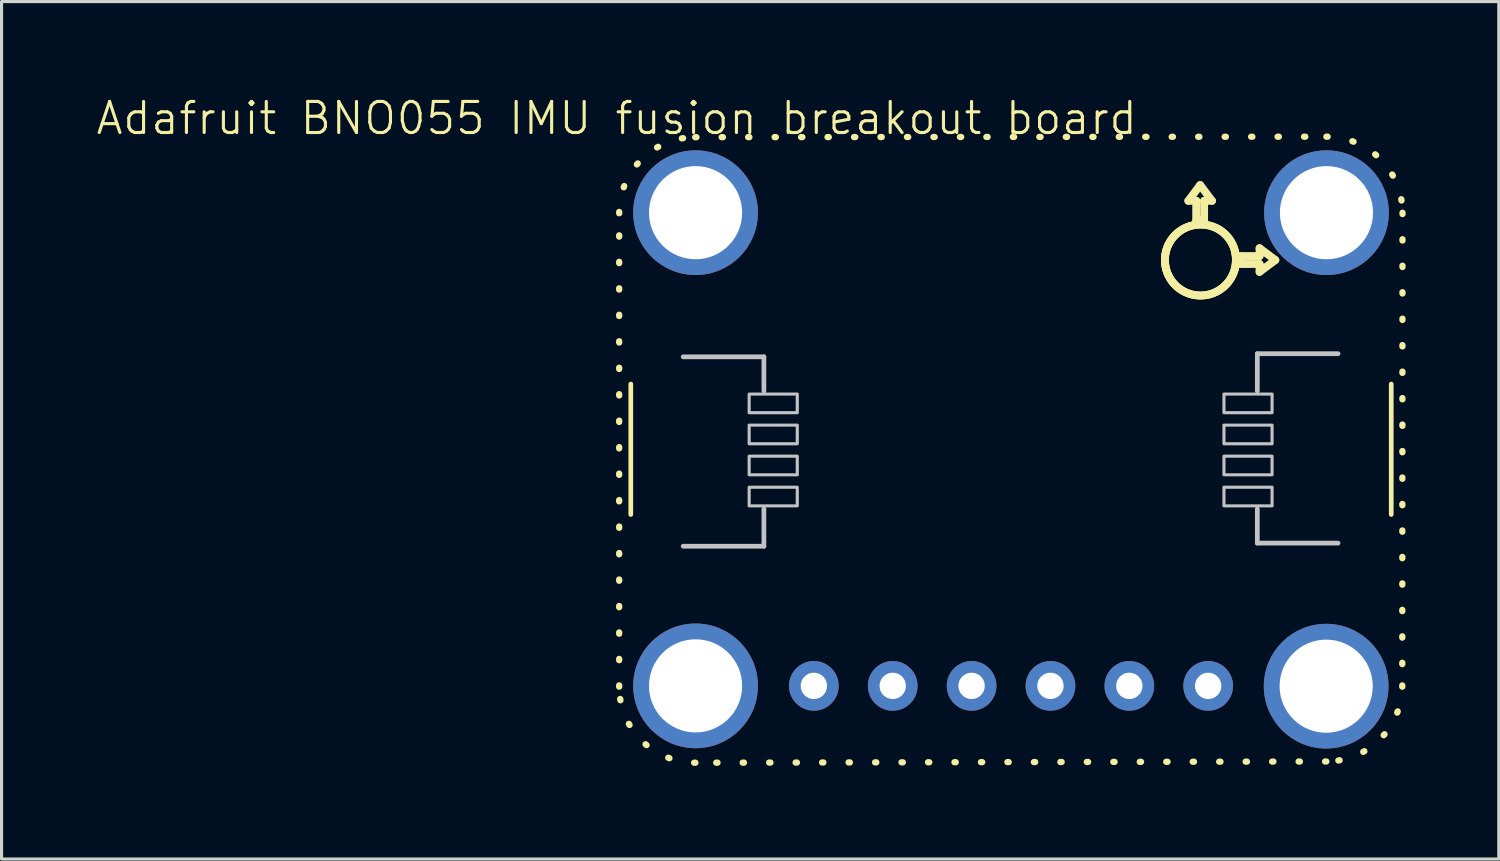
<source format=kicad_pcb>
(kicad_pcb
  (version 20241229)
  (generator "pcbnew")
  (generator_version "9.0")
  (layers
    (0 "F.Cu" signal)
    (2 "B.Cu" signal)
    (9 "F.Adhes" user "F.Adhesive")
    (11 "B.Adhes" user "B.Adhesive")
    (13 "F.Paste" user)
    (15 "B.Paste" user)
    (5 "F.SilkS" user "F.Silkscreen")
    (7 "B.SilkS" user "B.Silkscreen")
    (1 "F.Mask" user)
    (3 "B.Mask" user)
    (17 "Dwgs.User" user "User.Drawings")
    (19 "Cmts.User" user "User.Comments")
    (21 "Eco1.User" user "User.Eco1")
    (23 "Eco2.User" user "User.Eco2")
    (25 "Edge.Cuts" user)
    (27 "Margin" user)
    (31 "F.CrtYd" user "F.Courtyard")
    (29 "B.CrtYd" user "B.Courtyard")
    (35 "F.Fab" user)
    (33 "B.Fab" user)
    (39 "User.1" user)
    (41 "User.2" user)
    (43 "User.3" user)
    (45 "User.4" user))
  (footprint "Adafruit BNO055 IMU fusion breakout board"
    (layer "F.Cu")
    (at 16.812 1.26)
    (property "Reference" "Adafruit BNO055 IMU fusion breakout board" (at 0 -0.5 0) (unlocked yes) (layer "F.SilkS") (effects (font (size 1 1) (thickness 0.1))))
    (attr through_hole exclude_from_pos_files exclude_from_bom)
    (fp_line (start 0.08 17.805) (end 0.08 2.558) (stroke (width 0.203) (type dot)) (layer "F.SilkS"))
    (fp_line (start 0.454 8.06) (end 0.454 12.26) (stroke (width 0.152) (type solid)) (layer "F.SilkS"))
    (fp_line (start 2.528 0.108) (end 22.857 0.092) (stroke (width 0.203) (type dot)) (layer "F.SilkS"))
    (fp_line (start 17.657 4.065) (end 17.658 4.122) (stroke (width 0.254) (type solid)) (layer "F.SilkS"))
    (fp_line (start 17.658 4.122) (end 17.663 4.178) (stroke (width 0.254) (type solid)) (layer "F.SilkS"))
    (fp_line (start 17.658 4.006) (end 17.657 4.065) (stroke (width 0.254) (type solid)) (layer "F.SilkS"))
    (fp_line (start 17.663 4.178) (end 17.67 4.234) (stroke (width 0.254) (type solid)) (layer "F.SilkS"))
    (fp_line (start 17.663 3.948) (end 17.658 4.006) (stroke (width 0.254) (type solid)) (layer "F.SilkS"))
    (fp_line (start 17.67 4.234) (end 17.679 4.289) (stroke (width 0.254) (type solid)) (layer "F.SilkS"))
    (fp_line (start 17.67 3.891) (end 17.663 3.948) (stroke (width 0.254) (type solid)) (layer "F.SilkS"))
    (fp_line (start 17.679 4.289) (end 17.691 4.344) (stroke (width 0.254) (type solid)) (layer "F.SilkS"))
    (fp_line (start 17.68 3.835) (end 17.67 3.891) (stroke (width 0.254) (type solid)) (layer "F.SilkS"))
    (fp_line (start 17.691 4.344) (end 17.706 4.397) (stroke (width 0.254) (type solid)) (layer "F.SilkS"))
    (fp_line (start 17.693 3.779) (end 17.68 3.835) (stroke (width 0.254) (type solid)) (layer "F.SilkS"))
    (fp_line (start 17.706 4.397) (end 17.724 4.45) (stroke (width 0.254) (type solid)) (layer "F.SilkS"))
    (fp_line (start 17.708 3.725) (end 17.693 3.779) (stroke (width 0.254) (type solid)) (layer "F.SilkS"))
    (fp_line (start 17.724 4.45) (end 17.744 4.502) (stroke (width 0.254) (type solid)) (layer "F.SilkS"))
    (fp_line (start 17.726 3.672) (end 17.708 3.725) (stroke (width 0.254) (type solid)) (layer "F.SilkS"))
    (fp_line (start 17.744 4.502) (end 17.767 4.553) (stroke (width 0.254) (type solid)) (layer "F.SilkS"))
    (fp_line (start 17.747 3.62) (end 17.726 3.672) (stroke (width 0.254) (type solid)) (layer "F.SilkS"))
    (fp_line (start 17.767 4.553) (end 17.792 4.603) (stroke (width 0.254) (type solid)) (layer "F.SilkS"))
    (fp_line (start 17.77 3.569) (end 17.747 3.62) (stroke (width 0.254) (type solid)) (layer "F.SilkS"))
    (fp_line (start 17.792 4.603) (end 17.819 4.652) (stroke (width 0.254) (type solid)) (layer "F.SilkS"))
    (fp_line (start 17.795 3.52) (end 17.77 3.569) (stroke (width 0.254) (type solid)) (layer "F.SilkS"))
    (fp_line (start 17.819 4.652) (end 17.849 4.699) (stroke (width 0.254) (type solid)) (layer "F.SilkS"))
    (fp_line (start 17.822 3.472) (end 17.795 3.52) (stroke (width 0.254) (type solid)) (layer "F.SilkS"))
    (fp_line (start 17.849 4.699) (end 17.881 4.745) (stroke (width 0.254) (type solid)) (layer "F.SilkS"))
    (fp_line (start 17.852 3.426) (end 17.822 3.472) (stroke (width 0.254) (type solid)) (layer "F.SilkS"))
    (fp_line (start 17.881 4.745) (end 17.916 4.789) (stroke (width 0.254) (type solid)) (layer "F.SilkS"))
    (fp_line (start 17.884 3.381) (end 17.852 3.426) (stroke (width 0.254) (type solid)) (layer "F.SilkS"))
    (fp_line (start 17.916 4.789) (end 17.953 4.832) (stroke (width 0.254) (type solid)) (layer "F.SilkS"))
    (fp_line (start 17.918 3.338) (end 17.884 3.381) (stroke (width 0.254) (type solid)) (layer "F.SilkS"))
    (fp_line (start 17.953 4.832) (end 17.992 4.873) (stroke (width 0.254) (type solid)) (layer "F.SilkS"))
    (fp_line (start 17.954 3.296) (end 17.918 3.338) (stroke (width 0.254) (type solid)) (layer "F.SilkS"))
    (fp_line (start 17.992 4.873) (end 18.033 4.912) (stroke (width 0.254) (type solid)) (layer "F.SilkS"))
    (fp_line (start 17.992 3.257) (end 17.954 3.296) (stroke (width 0.254) (type solid)) (layer "F.SilkS"))
    (fp_line (start 18.031 3.219) (end 17.992 3.257) (stroke (width 0.254) (type solid)) (layer "F.SilkS"))
    (fp_line (start 18.033 4.912) (end 18.076 4.949) (stroke (width 0.254) (type solid)) (layer "F.SilkS"))
    (fp_line (start 18.073 3.183) (end 18.031 3.219) (stroke (width 0.254) (type solid)) (layer "F.SilkS"))
    (fp_line (start 18.076 4.949) (end 18.12 4.984) (stroke (width 0.254) (type solid)) (layer "F.SilkS"))
    (fp_line (start 18.116 3.149) (end 18.073 3.183) (stroke (width 0.254) (type solid)) (layer "F.SilkS"))
    (fp_line (start 18.12 4.984) (end 18.166 5.016) (stroke (width 0.254) (type solid)) (layer "F.SilkS"))
    (fp_line (start 18.161 3.117) (end 18.116 3.149) (stroke (width 0.254) (type solid)) (layer "F.SilkS"))
    (fp_line (start 18.166 5.016) (end 18.213 5.046) (stroke (width 0.254) (type solid)) (layer "F.SilkS"))
    (fp_line (start 18.207 3.087) (end 18.161 3.117) (stroke (width 0.254) (type solid)) (layer "F.SilkS"))
    (fp_line (start 18.213 5.046) (end 18.262 5.073) (stroke (width 0.254) (type solid)) (layer "F.SilkS"))
    (fp_line (start 18.255 3.06) (end 18.207 3.087) (stroke (width 0.254) (type solid)) (layer "F.SilkS"))
    (fp_line (start 18.262 5.073) (end 18.312 5.098) (stroke (width 0.254) (type solid)) (layer "F.SilkS"))
    (fp_line (start 18.304 3.035) (end 18.255 3.06) (stroke (width 0.254) (type solid)) (layer "F.SilkS"))
    (fp_line (start 18.312 5.098) (end 18.363 5.121) (stroke (width 0.254) (type solid)) (layer "F.SilkS"))
    (fp_line (start 18.355 3.012) (end 18.304 3.035) (stroke (width 0.254) (type solid)) (layer "F.SilkS"))
    (fp_line (start 18.363 5.121) (end 18.415 5.141) (stroke (width 0.254) (type solid)) (layer "F.SilkS"))
    (fp_line (start 18.407 2.991) (end 18.355 3.012) (stroke (width 0.254) (type solid)) (layer "F.SilkS"))
    (fp_line (start 18.411 2.158) (end 18.792 1.65) (stroke (width 0.254) (type solid)) (layer "F.SilkS"))
    (fp_line (start 18.415 5.141) (end 18.468 5.159) (stroke (width 0.254) (type solid)) (layer "F.SilkS"))
    (fp_line (start 18.46 2.973) (end 18.407 2.991) (stroke (width 0.254) (type solid)) (layer "F.SilkS"))
    (fp_line (start 18.468 5.159) (end 18.521 5.174) (stroke (width 0.254) (type solid)) (layer "F.SilkS"))
    (fp_line (start 18.514 2.958) (end 18.46 2.973) (stroke (width 0.254) (type solid)) (layer "F.SilkS"))
    (fp_line (start 18.521 5.174) (end 18.576 5.186) (stroke (width 0.254) (type solid)) (layer "F.SilkS"))
    (fp_line (start 18.57 2.945) (end 18.514 2.958) (stroke (width 0.254) (type solid)) (layer "F.SilkS"))
    (fp_line (start 18.576 5.186) (end 18.631 5.195) (stroke (width 0.254) (type solid)) (layer "F.SilkS"))
    (fp_line (start 18.626 2.935) (end 18.57 2.945) (stroke (width 0.254) (type solid)) (layer "F.SilkS"))
    (fp_line (start 18.631 5.195) (end 18.687 5.202) (stroke (width 0.254) (type solid)) (layer "F.SilkS"))
    (fp_line (start 18.665 2.158) (end 18.411 2.158) (stroke (width 0.254) (type solid)) (layer "F.SilkS"))
    (fp_line (start 18.665 2.793) (end 18.665 2.158) (stroke (width 0.254) (type solid)) (layer "F.SilkS"))
    (fp_line (start 18.683 2.928) (end 18.626 2.935) (stroke (width 0.254) (type solid)) (layer "F.SilkS"))
    (fp_line (start 18.687 5.202) (end 18.743 5.207) (stroke (width 0.254) (type solid)) (layer "F.SilkS"))
    (fp_line (start 18.741 2.923) (end 18.683 2.928) (stroke (width 0.254) (type solid)) (layer "F.SilkS"))
    (fp_line (start 18.743 5.207) (end 18.8 5.208) (stroke (width 0.254) (type solid)) (layer "F.SilkS"))
    (fp_line (start 18.792 1.65) (end 19.173 2.158) (stroke (width 0.254) (type solid)) (layer "F.SilkS"))
    (fp_line (start 18.8 2.922) (end 18.741 2.923) (stroke (width 0.254) (type solid)) (layer "F.SilkS"))
    (fp_line (start 18.8 5.208) (end 18.859 5.207) (stroke (width 0.254) (type solid)) (layer "F.SilkS"))
    (fp_line (start 18.857 2.922) (end 18.8 2.922) (stroke (width 0.254) (type solid)) (layer "F.SilkS"))
    (fp_line (start 18.859 5.207) (end 18.917 5.202) (stroke (width 0.254) (type solid)) (layer "F.SilkS"))
    (fp_line (start 18.914 2.926) (end 18.857 2.922) (stroke (width 0.254) (type solid)) (layer "F.SilkS"))
    (fp_line (start 18.917 5.202) (end 18.974 5.195) (stroke (width 0.254) (type solid)) (layer "F.SilkS"))
    (fp_line (start 18.919 2.158) (end 18.919 2.793) (stroke (width 0.254) (type solid)) (layer "F.SilkS"))
    (fp_line (start 18.919 2.793) (end 18.665 2.793) (stroke (width 0.254) (type solid)) (layer "F.SilkS"))
    (fp_line (start 18.97 2.932) (end 18.914 2.926) (stroke (width 0.254) (type solid)) (layer "F.SilkS"))
    (fp_line (start 18.974 5.195) (end 19.03 5.185) (stroke (width 0.254) (type solid)) (layer "F.SilkS"))
    (fp_line (start 19.025 2.941) (end 18.97 2.932) (stroke (width 0.254) (type solid)) (layer "F.SilkS"))
    (fp_line (start 19.03 5.185) (end 19.086 5.172) (stroke (width 0.254) (type solid)) (layer "F.SilkS"))
    (fp_line (start 19.08 2.953) (end 19.025 2.941) (stroke (width 0.254) (type solid)) (layer "F.SilkS"))
    (fp_line (start 19.086 5.172) (end 19.14 5.157) (stroke (width 0.254) (type solid)) (layer "F.SilkS"))
    (fp_line (start 19.135 2.967) (end 19.08 2.953) (stroke (width 0.254) (type solid)) (layer "F.SilkS"))
    (fp_line (start 19.14 5.157) (end 19.193 5.139) (stroke (width 0.254) (type solid)) (layer "F.SilkS"))
    (fp_line (start 19.173 2.158) (end 18.919 2.158) (stroke (width 0.254) (type solid)) (layer "F.SilkS"))
    (fp_line (start 19.188 2.984) (end 19.135 2.967) (stroke (width 0.254) (type solid)) (layer "F.SilkS"))
    (fp_line (start 19.193 5.139) (end 19.245 5.118) (stroke (width 0.254) (type solid)) (layer "F.SilkS"))
    (fp_line (start 19.24 3.004) (end 19.188 2.984) (stroke (width 0.254) (type solid)) (layer "F.SilkS"))
    (fp_line (start 19.245 5.118) (end 19.296 5.095) (stroke (width 0.254) (type solid)) (layer "F.SilkS"))
    (fp_line (start 19.292 3.026) (end 19.24 3.004) (stroke (width 0.254) (type solid)) (layer "F.SilkS"))
    (fp_line (start 19.296 5.095) (end 19.345 5.07) (stroke (width 0.254) (type solid)) (layer "F.SilkS"))
    (fp_line (start 19.342 3.051) (end 19.292 3.026) (stroke (width 0.254) (type solid)) (layer "F.SilkS"))
    (fp_line (start 19.345 5.07) (end 19.393 5.043) (stroke (width 0.254) (type solid)) (layer "F.SilkS"))
    (fp_line (start 19.391 3.078) (end 19.342 3.051) (stroke (width 0.254) (type solid)) (layer "F.SilkS"))
    (fp_line (start 19.393 5.043) (end 19.439 5.013) (stroke (width 0.254) (type solid)) (layer "F.SilkS"))
    (fp_line (start 19.439 3.108) (end 19.391 3.078) (stroke (width 0.254) (type solid)) (layer "F.SilkS"))
    (fp_line (start 19.439 5.013) (end 19.484 4.981) (stroke (width 0.254) (type solid)) (layer "F.SilkS"))
    (fp_line (start 19.484 4.981) (end 19.527 4.947) (stroke (width 0.254) (type solid)) (layer "F.SilkS"))
    (fp_line (start 19.485 3.14) (end 19.439 3.108) (stroke (width 0.254) (type solid)) (layer "F.SilkS"))
    (fp_line (start 19.527 4.947) (end 19.569 4.911) (stroke (width 0.254) (type solid)) (layer "F.SilkS"))
    (fp_line (start 19.53 3.175) (end 19.485 3.14) (stroke (width 0.254) (type solid)) (layer "F.SilkS"))
    (fp_line (start 19.569 4.911) (end 19.608 4.873) (stroke (width 0.254) (type solid)) (layer "F.SilkS"))
    (fp_line (start 19.573 3.212) (end 19.53 3.175) (stroke (width 0.254) (type solid)) (layer "F.SilkS"))
    (fp_line (start 19.608 4.873) (end 19.646 4.834) (stroke (width 0.254) (type solid)) (layer "F.SilkS"))
    (fp_line (start 19.614 3.251) (end 19.573 3.212) (stroke (width 0.254) (type solid)) (layer "F.SilkS"))
    (fp_line (start 19.646 4.834) (end 19.682 4.792) (stroke (width 0.254) (type solid)) (layer "F.SilkS"))
    (fp_line (start 19.653 3.292) (end 19.614 3.251) (stroke (width 0.254) (type solid)) (layer "F.SilkS"))
    (fp_line (start 19.682 4.792) (end 19.716 4.749) (stroke (width 0.254) (type solid)) (layer "F.SilkS"))
    (fp_line (start 19.69 3.335) (end 19.653 3.292) (stroke (width 0.254) (type solid)) (layer "F.SilkS"))
    (fp_line (start 19.716 4.749) (end 19.748 4.704) (stroke (width 0.254) (type solid)) (layer "F.SilkS"))
    (fp_line (start 19.725 3.38) (end 19.69 3.335) (stroke (width 0.254) (type solid)) (layer "F.SilkS"))
    (fp_line (start 19.748 4.704) (end 19.778 4.658) (stroke (width 0.254) (type solid)) (layer "F.SilkS"))
    (fp_line (start 19.757 3.426) (end 19.725 3.38) (stroke (width 0.254) (type solid)) (layer "F.SilkS"))
    (fp_line (start 19.778 4.658) (end 19.805 4.61) (stroke (width 0.254) (type solid)) (layer "F.SilkS"))
    (fp_line (start 19.787 3.474) (end 19.757 3.426) (stroke (width 0.254) (type solid)) (layer "F.SilkS"))
    (fp_line (start 19.805 4.61) (end 19.83 4.561) (stroke (width 0.254) (type solid)) (layer "F.SilkS"))
    (fp_line (start 19.814 3.523) (end 19.787 3.474) (stroke (width 0.254) (type solid)) (layer "F.SilkS"))
    (fp_line (start 19.83 4.561) (end 19.853 4.51) (stroke (width 0.254) (type solid)) (layer "F.SilkS"))
    (fp_line (start 19.839 3.573) (end 19.814 3.523) (stroke (width 0.254) (type solid)) (layer "F.SilkS"))
    (fp_line (start 19.853 4.51) (end 19.874 4.458) (stroke (width 0.254) (type solid)) (layer "F.SilkS"))
    (fp_line (start 19.861 3.624) (end 19.839 3.573) (stroke (width 0.254) (type solid)) (layer "F.SilkS"))
    (fp_line (start 19.874 4.458) (end 19.892 4.405) (stroke (width 0.254) (type solid)) (layer "F.SilkS"))
    (fp_line (start 19.881 3.677) (end 19.861 3.624) (stroke (width 0.254) (type solid)) (layer "F.SilkS"))
    (fp_line (start 19.892 4.405) (end 19.907 4.351) (stroke (width 0.254) (type solid)) (layer "F.SilkS"))
    (fp_line (start 19.898 3.73) (end 19.881 3.677) (stroke (width 0.254) (type solid)) (layer "F.SilkS"))
    (fp_line (start 19.907 4.351) (end 19.92 4.295) (stroke (width 0.254) (type solid)) (layer "F.SilkS"))
    (fp_line (start 19.912 3.785) (end 19.898 3.73) (stroke (width 0.254) (type solid)) (layer "F.SilkS"))
    (fp_line (start 19.92 4.295) (end 19.93 4.239) (stroke (width 0.254) (type solid)) (layer "F.SilkS"))
    (fp_line (start 19.924 3.84) (end 19.912 3.785) (stroke (width 0.254) (type solid)) (layer "F.SilkS"))
    (fp_line (start 19.93 4.239) (end 19.937 4.182) (stroke (width 0.254) (type solid)) (layer "F.SilkS"))
    (fp_line (start 19.933 3.895) (end 19.924 3.84) (stroke (width 0.254) (type solid)) (layer "F.SilkS"))
    (fp_line (start 19.937 4.182) (end 19.941 4.124) (stroke (width 0.254) (type solid)) (layer "F.SilkS"))
    (fp_line (start 19.939 3.951) (end 19.933 3.895) (stroke (width 0.254) (type solid)) (layer "F.SilkS"))
    (fp_line (start 19.941 4.124) (end 19.943 4.065) (stroke (width 0.254) (type solid)) (layer "F.SilkS"))
    (fp_line (start 19.943 4.008) (end 19.939 3.951) (stroke (width 0.254) (type solid)) (layer "F.SilkS"))
    (fp_line (start 19.943 4.065) (end 19.943 4.008) (stroke (width 0.254) (type solid)) (layer "F.SilkS"))
    (fp_line (start 20.07 3.938) (end 20.705 3.938) (stroke (width 0.254) (type solid)) (layer "F.SilkS"))
    (fp_line (start 20.07 4.192) (end 20.07 3.938) (stroke (width 0.254) (type solid)) (layer "F.SilkS"))
    (fp_line (start 20.705 3.684) (end 21.213 4.065) (stroke (width 0.254) (type solid)) (layer "F.SilkS"))
    (fp_line (start 20.705 3.938) (end 20.705 3.684) (stroke (width 0.254) (type solid)) (layer "F.SilkS"))
    (fp_line (start 20.705 4.192) (end 20.07 4.192) (stroke (width 0.254) (type solid)) (layer "F.SilkS"))
    (fp_line (start 20.705 4.446) (end 20.705 4.192) (stroke (width 0.254) (type solid)) (layer "F.SilkS"))
    (fp_line (start 21.213 4.065) (end 20.705 4.446) (stroke (width 0.254) (type solid)) (layer "F.SilkS"))
    (fp_line (start 22.856 20.215) (end 2.535 20.255) (stroke (width 0.203) (type dot)) (layer "F.SilkS"))
    (fp_line (start 24.946 12.26) (end 24.946 8.06) (stroke (width 0.152) (type solid)) (layer "F.SilkS"))
    (fp_line (start 25.309 2.543) (end 25.301 17.766) (stroke (width 0.203) (type dot)) (layer "F.SilkS"))
    (fp_arc (start 0.08 2.558059) (mid 0.796902 0.826333) (end 2.528058 0.108059) (stroke (width 0.203199) (type dot)) (layer "F.SilkS"))
    (fp_arc (start 2.534857 20.255133) (mid 0.799307 19.539266) (end 0.08 17.805138) (stroke (width 0.203199) (type dot)) (layer "F.SilkS"))
    (fp_arc (start 22.856839 0.091945) (mid 24.590946 0.809267) (end 25.308781 2.543162) (stroke (width 0.203199) (type dot)) (layer "F.SilkS"))
    (fp_arc (start 25.301215 17.766068) (mid 24.584913 19.495975) (end 22.856072 20.214845) (stroke (width 0.203199) (type dot)) (layer "F.SilkS"))
    (fp_line (start 2.141 7.182) (end 4.741 7.182) (stroke (width 0.152) (type solid)) (layer "Dwgs.User"))
    (fp_line (start 4.741 7.182) (end 4.741 8.282) (stroke (width 0.152) (type solid)) (layer "Dwgs.User"))
    (fp_line (start 4.741 12.082) (end 4.741 13.282) (stroke (width 0.152) (type solid)) (layer "Dwgs.User"))
    (fp_line (start 4.741 13.282) (end 2.141 13.282) (stroke (width 0.152) (type solid)) (layer "Dwgs.User"))
    (fp_line (start 20.633 7.082) (end 23.233 7.082) (stroke (width 0.152) (type solid)) (layer "Dwgs.User"))
    (fp_line (start 20.633 8.282) (end 20.633 7.082) (stroke (width 0.152) (type solid)) (layer "Dwgs.User"))
    (fp_line (start 20.633 13.182) (end 20.633 12.082) (stroke (width 0.152) (type solid)) (layer "Dwgs.User"))
    (fp_line (start 23.233 13.182) (end 20.633 13.182) (stroke (width 0.152) (type solid)) (layer "Dwgs.User"))
    (fp_poly (pts (xy 5.816 8.982) (xy 4.266 8.982) (xy 4.266 8.382) (xy 5.816 8.382)) (stroke (width 0.1) (type solid)) (fill no) (layer "Dwgs.User"))
    (fp_poly (pts (xy 5.816 9.982) (xy 4.266 9.982) (xy 4.266 9.382) (xy 5.816 9.382)) (stroke (width 0.1) (type solid)) (fill no) (layer "Dwgs.User"))
    (fp_poly (pts (xy 5.816 10.982) (xy 4.266 10.982) (xy 4.266 10.382) (xy 5.816 10.382)) (stroke (width 0.1) (type solid)) (fill no) (layer "Dwgs.User"))
    (fp_poly (pts (xy 5.816 11.982) (xy 4.266 11.982) (xy 4.266 11.382) (xy 5.816 11.382)) (stroke (width 0.1) (type solid)) (fill no) (layer "Dwgs.User"))
    (fp_poly (pts (xy 21.108 8.982) (xy 19.558 8.982) (xy 19.558 8.382) (xy 21.108 8.382)) (stroke (width 0.1) (type solid)) (fill no) (layer "Dwgs.User"))
    (fp_poly (pts (xy 21.108 9.982) (xy 19.558 9.982) (xy 19.558 9.382) (xy 21.108 9.382)) (stroke (width 0.1) (type solid)) (fill no) (layer "Dwgs.User"))
    (fp_poly (pts (xy 21.108 10.982) (xy 19.558 10.982) (xy 19.558 10.382) (xy 21.108 10.382)) (stroke (width 0.1) (type solid)) (fill no) (layer "Dwgs.User"))
    (fp_poly (pts (xy 21.108 11.982) (xy 19.558 11.982) (xy 19.558 11.382) (xy 21.108 11.382)) (stroke (width 0.1) (type solid)) (fill no) (layer "Dwgs.User"))
    (pad "" thru_hole circle (at 2.54 2.54) (size 4.016 4.016) (drill 3) (layers "*.Cu" "*.Mask"))
    (pad "" thru_hole circle (at 2.54 17.78) (size 4.016 4.016) (drill 3) (layers "*.Cu" "*.Mask"))
    (pad "" thru_hole circle (at 22.85 17.79) (size 4.016 4.016) (drill 3) (layers "*.Cu" "*.Mask"))
    (pad "" thru_hole circle (at 22.86 2.54) (size 4.016 4.016) (drill 3) (layers "*.Cu" "*.Mask"))
    (pad "1" thru_hole circle (at 6.35 17.78) (size 1.6 1.6) (drill 0.85) (layers "*.Cu" "*.Mask"))
    (pad "2" thru_hole circle (at 8.89 17.78) (size 1.6 1.6) (drill 0.85) (layers "*.Cu" "*.Mask"))
    (pad "3" thru_hole circle (at 11.43 17.78) (size 1.6 1.6) (drill 0.85) (layers "*.Cu" "*.Mask"))
    (pad "4" thru_hole circle (at 13.97 17.78) (size 1.6 1.6) (drill 0.85) (layers "*.Cu" "*.Mask"))
    (pad "5" thru_hole circle (at 16.51 17.78) (size 1.6 1.6) (drill 0.85) (layers "*.Cu" "*.Mask"))
    (pad "6" thru_hole circle (at 19.05 17.78) (size 1.6 1.6) (drill 0.85) (layers "*.Cu" "*.Mask")))
  (gr_rect
    (start -3 -3)
    (end 45.222 24.617)
    (stroke (width 0.1) (type default))
    (fill no)
    (layer "Edge.Cuts")))
</source>
